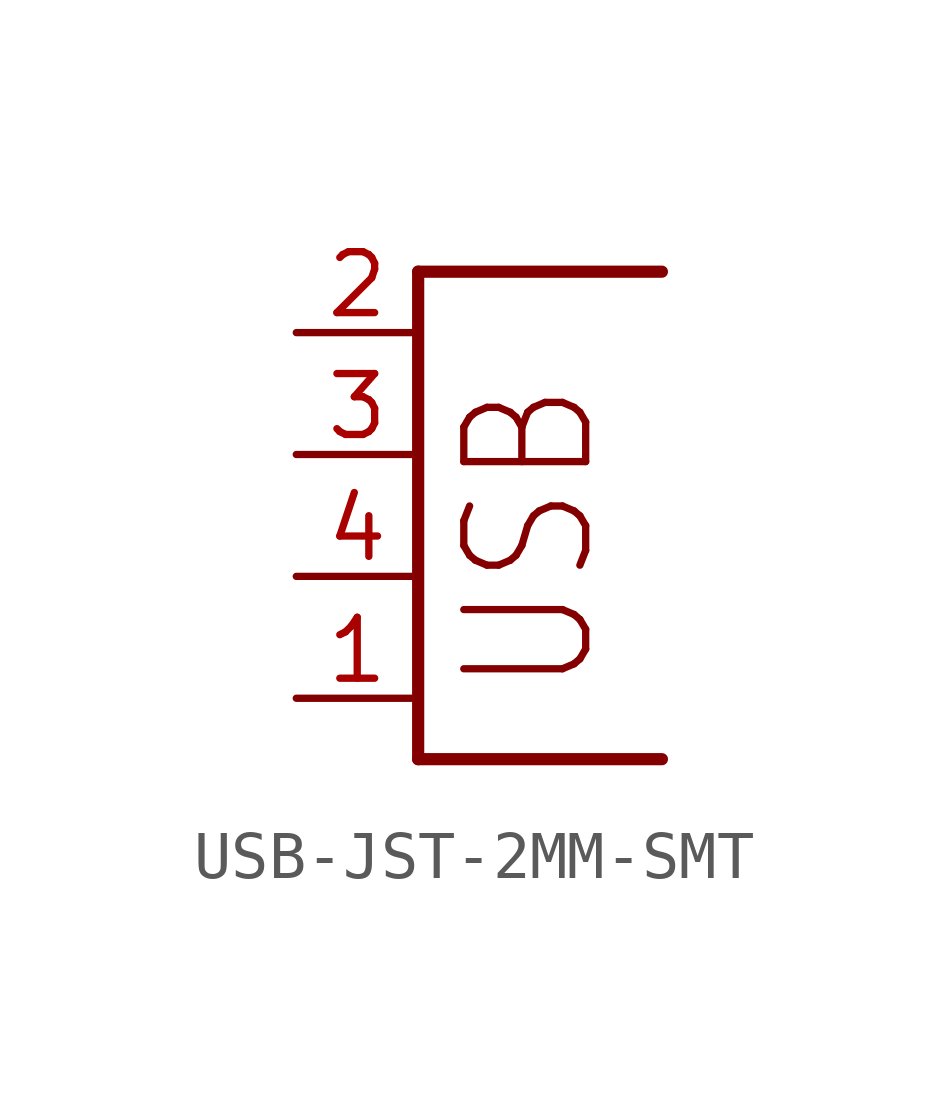
<source format=kicad_sym>
(kicad_symbol_lib
  (version 20231120)
  (generator "kicad_symbol_editor")
  (generator_version "8.0")
  (symbol "USB-JST-2MM-SMT"
    (property "Reference" "JP"
      (at 0 0 0)
      (effects (font (size 1.27 1.27)) (hide yes)))
    (property "ki_locked" ""
      (at 0 0 0)
      (effects (font (size 1.27 1.27))))
    (symbol "USB-JST-2MM-SMT_1_0"
      (polyline (pts (xy 0 -1.27) (xy 5.08 -1.27)) (stroke (width 0.254) (type solid)) (fill (type none)))
      (polyline (pts (xy 0 8.89) (xy 0 -1.27)) (stroke (width 0.254) (type solid)) (fill (type none)))
      (polyline (pts (xy 5.08 8.89) (xy 0 8.89)) (stroke (width 0.254) (type solid)) (fill (type none)))
      (text "USB" (at 3.81 0 900) (effects (font (size 2.54 2.159)) (justify left bottom)))
      (pin bidirectional line (at -2.54 0 0) (length 2.54) (name "GND" (effects (font (size 0 0)))) (number "1" (effects (font (size 1.27 1.27)))))
      (pin bidirectional line (at -2.54 7.62 0) (length 2.54) (name "D+" (effects (font (size 0 0)))) (number "2" (effects (font (size 1.27 1.27)))))
      (pin bidirectional line (at -2.54 5.08 0) (length 2.54) (name "D-" (effects (font (size 0 0)))) (number "3" (effects (font (size 1.27 1.27)))))
      (pin bidirectional line (at -2.54 2.54 0) (length 2.54) (name "VBUS" (effects (font (size 0 0)))) (number "4" (effects (font (size 1.27 1.27))))))))
</source>
